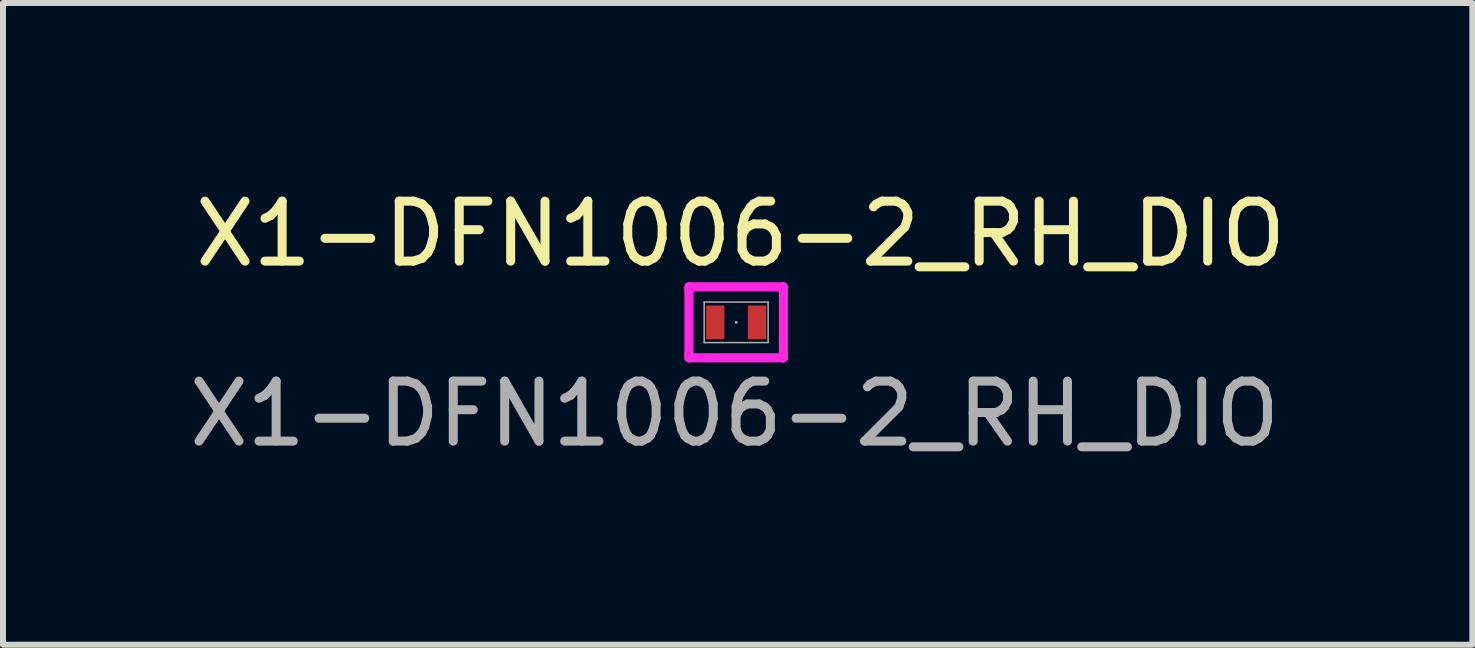
<source format=kicad_pcb>
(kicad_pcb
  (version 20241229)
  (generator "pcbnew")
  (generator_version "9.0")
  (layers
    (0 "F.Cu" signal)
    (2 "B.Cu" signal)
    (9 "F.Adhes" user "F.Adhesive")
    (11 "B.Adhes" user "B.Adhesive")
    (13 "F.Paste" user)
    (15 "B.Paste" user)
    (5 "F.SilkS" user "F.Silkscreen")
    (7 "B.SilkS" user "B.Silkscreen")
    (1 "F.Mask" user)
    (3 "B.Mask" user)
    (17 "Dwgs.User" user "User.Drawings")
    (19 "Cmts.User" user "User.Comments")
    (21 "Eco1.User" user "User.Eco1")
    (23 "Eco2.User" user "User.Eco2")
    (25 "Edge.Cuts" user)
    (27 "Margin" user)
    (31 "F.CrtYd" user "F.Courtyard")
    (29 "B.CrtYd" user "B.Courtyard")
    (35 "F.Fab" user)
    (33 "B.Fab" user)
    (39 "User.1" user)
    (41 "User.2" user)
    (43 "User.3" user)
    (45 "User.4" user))
  (footprint "X1-DFN1006-2_RH_DIO"
    (layer "F.Cu")
    (at 9.221 2.323)
    (property "Reference" "X1-DFN1006-2_RH_DIO" (at 0.075 -1.475 0) (unlocked yes) (layer "F.SilkS") (effects (font (size 1 1) (thickness 0.15))))
    (attr smd)
    (fp_line (start -0.787 -0.592) (end 0.787 -0.592) (stroke (width 0.152) (type solid)) (layer "F.CrtYd"))
    (fp_line (start -0.787 -0.533) (end -0.787 -0.592) (stroke (width 0.152) (type solid)) (layer "F.CrtYd"))
    (fp_line (start -0.787 -0.533) (end -0.787 -0.533) (stroke (width 0.152) (type solid)) (layer "F.CrtYd"))
    (fp_line (start -0.787 0.533) (end -0.787 -0.533) (stroke (width 0.152) (type solid)) (layer "F.CrtYd"))
    (fp_line (start -0.787 0.533) (end -0.787 0.533) (stroke (width 0.152) (type solid)) (layer "F.CrtYd"))
    (fp_line (start -0.787 0.592) (end -0.787 0.533) (stroke (width 0.152) (type solid)) (layer "F.CrtYd"))
    (fp_line (start 0.787 -0.592) (end 0.787 -0.533) (stroke (width 0.152) (type solid)) (layer "F.CrtYd"))
    (fp_line (start 0.787 -0.533) (end 0.787 -0.533) (stroke (width 0.152) (type solid)) (layer "F.CrtYd"))
    (fp_line (start 0.787 -0.533) (end 0.787 0.533) (stroke (width 0.152) (type solid)) (layer "F.CrtYd"))
    (fp_line (start 0.787 0.533) (end 0.787 0.533) (stroke (width 0.152) (type solid)) (layer "F.CrtYd"))
    (fp_line (start 0.787 0.533) (end 0.787 0.592) (stroke (width 0.152) (type solid)) (layer "F.CrtYd"))
    (fp_line (start 0.787 0.592) (end -0.787 0.592) (stroke (width 0.152) (type solid)) (layer "F.CrtYd"))
    (fp_line (start -0.533 -0.338) (end -0.533 0.338) (stroke (width 0.025) (type solid)) (layer "F.Fab"))
    (fp_line (start -0.533 0.338) (end 0.533 0.338) (stroke (width 0.025) (type solid)) (layer "F.Fab"))
    (fp_line (start 0.533 -0.338) (end -0.533 -0.338) (stroke (width 0.025) (type solid)) (layer "F.Fab"))
    (fp_line (start 0.533 0.338) (end 0.533 -0.338) (stroke (width 0.025) (type solid)) (layer "F.Fab"))
    (fp_circle (center 0 0) (end 0 0) (stroke (width 0.025) (type solid)) (fill no) (layer "F.Fab"))
    (fp_text user "${REFERENCE}" (at -0.025 1.525 0) (unlocked yes) (layer "F.Fab") (effects (font (size 1 1) (thickness 0.15))))
    (pad "1" smd rect (at -0.348 0) (size 0.305 0.559) (layers "F.Cu" "F.Mask" "F.Paste"))
    (pad "2" smd rect (at 0.348 0) (size 0.305 0.559) (layers "F.Cu" "F.Mask" "F.Paste")))
  (gr_rect
    (start -3 -3)
    (end 21.493 7.697)
    (stroke (width 0.1) (type default))
    (fill no)
    (layer "Edge.Cuts")))
</source>
